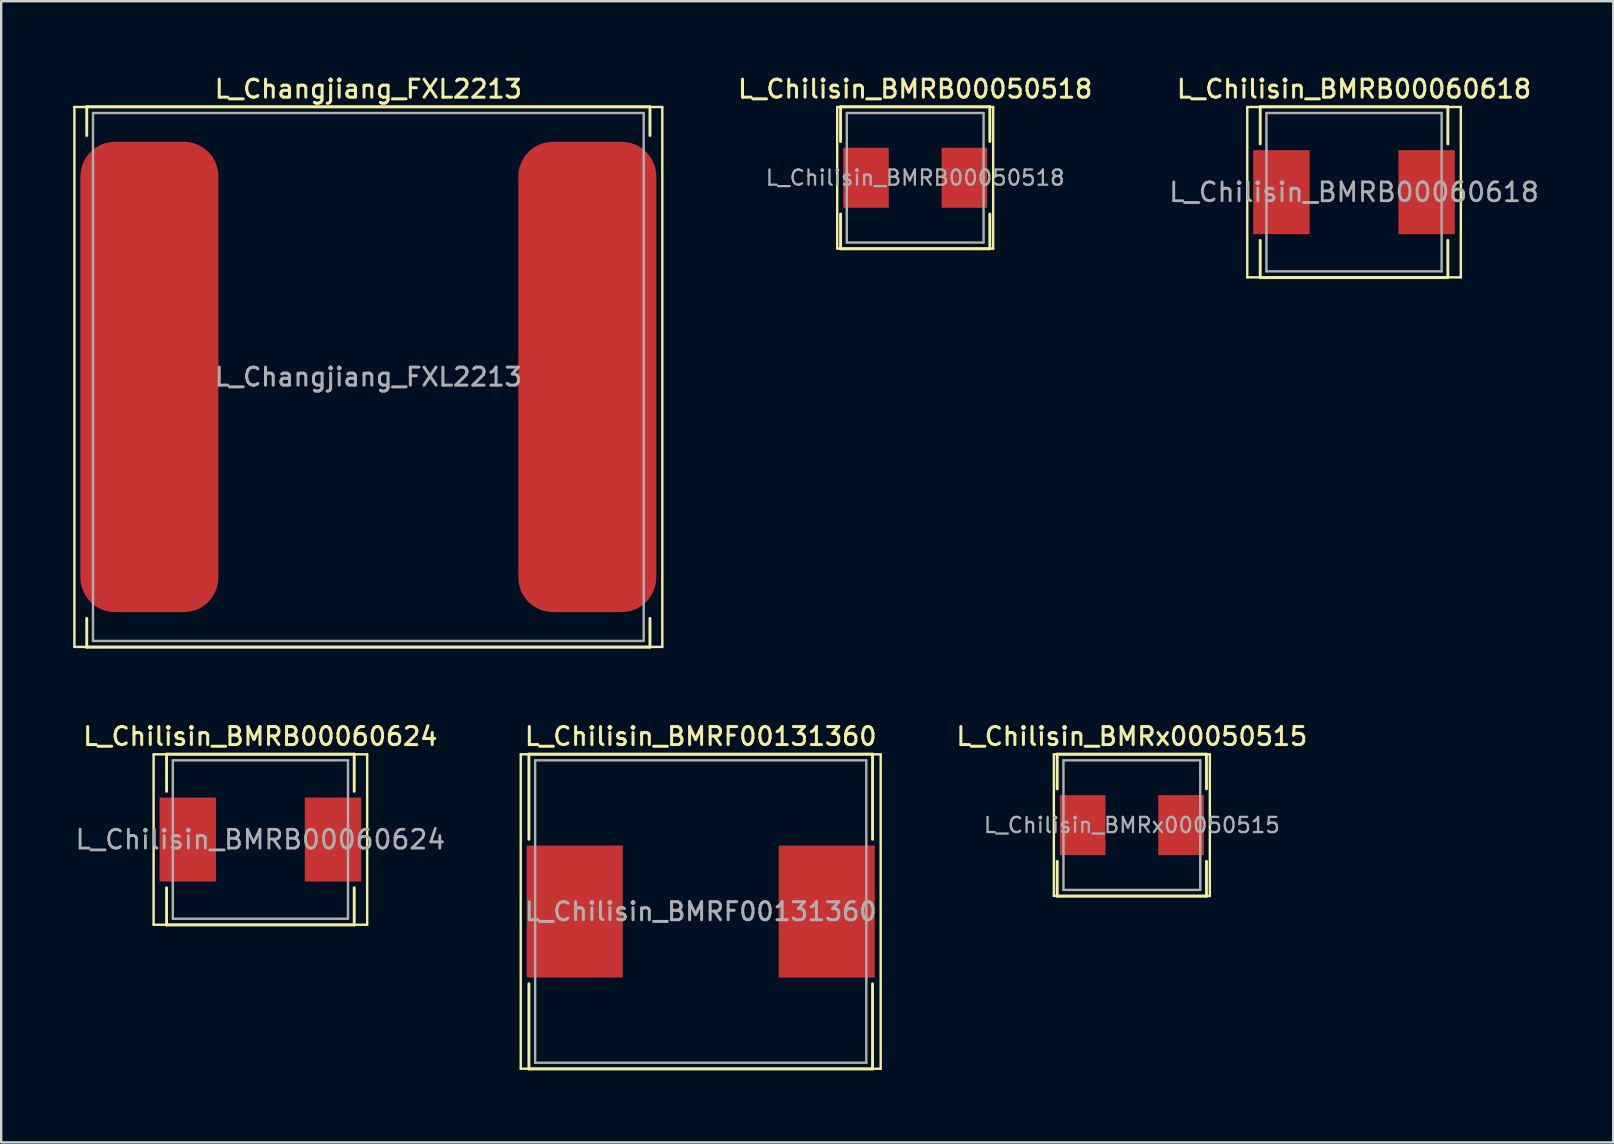
<source format=kicad_pcb>
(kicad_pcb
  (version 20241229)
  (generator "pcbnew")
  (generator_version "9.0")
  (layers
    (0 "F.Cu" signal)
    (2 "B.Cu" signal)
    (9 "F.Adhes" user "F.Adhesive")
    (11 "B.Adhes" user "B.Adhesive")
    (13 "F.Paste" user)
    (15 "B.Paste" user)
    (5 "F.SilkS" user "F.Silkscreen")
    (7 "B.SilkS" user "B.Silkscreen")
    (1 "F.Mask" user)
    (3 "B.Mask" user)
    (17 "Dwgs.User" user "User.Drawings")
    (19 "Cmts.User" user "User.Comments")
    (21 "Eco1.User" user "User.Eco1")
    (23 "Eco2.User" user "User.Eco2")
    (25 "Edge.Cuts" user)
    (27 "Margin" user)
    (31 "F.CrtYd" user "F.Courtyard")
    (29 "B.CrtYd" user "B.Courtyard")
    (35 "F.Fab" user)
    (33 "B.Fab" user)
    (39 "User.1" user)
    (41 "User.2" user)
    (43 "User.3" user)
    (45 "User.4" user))
  (footprint "L_Chilisin_BMRF00131360"
    (layer "F.Cu")
    (at 26.151 34.936)
    (property "Reference" "L_Chilisin_BMRF00131360" (at 0 -7.3 0) (layer "F.SilkS") (effects (font (size 0.75 0.75) (thickness 0.125))))
    (attr smd)
    (fp_line (start -7.5 -6.55) (end -7.5 6.55) (stroke (width 0.1) (type solid)) (layer "F.SilkS"))
    (fp_line (start -7.5 6.55) (end 7.5 6.55) (stroke (width 0.1) (type solid)) (layer "F.SilkS"))
    (fp_line (start -7.16 -6.56) (end -7.16 -3.01) (stroke (width 0.12) (type solid)) (layer "F.SilkS"))
    (fp_line (start -7.16 -6.56) (end 7.16 -6.56) (stroke (width 0.12) (type solid)) (layer "F.SilkS"))
    (fp_line (start -7.16 6.56) (end -7.16 3.01) (stroke (width 0.12) (type solid)) (layer "F.SilkS"))
    (fp_line (start -7.16 6.56) (end 7.16 6.56) (stroke (width 0.12) (type solid)) (layer "F.SilkS"))
    (fp_line (start 7.16 -6.56) (end 7.16 -3.01) (stroke (width 0.12) (type solid)) (layer "F.SilkS"))
    (fp_line (start 7.16 6.56) (end 7.16 3.01) (stroke (width 0.12) (type solid)) (layer "F.SilkS"))
    (fp_line (start 7.5 -6.55) (end -7.5 -6.55) (stroke (width 0.1) (type solid)) (layer "F.SilkS"))
    (fp_line (start 7.5 6.55) (end 7.5 -6.55) (stroke (width 0.1) (type solid)) (layer "F.SilkS"))
    (fp_line (start -6.9 -6.3) (end -6.9 6.3) (stroke (width 0.1) (type solid)) (layer "F.Fab"))
    (fp_line (start -6.9 6.3) (end 6.9 6.3) (stroke (width 0.1) (type solid)) (layer "F.Fab"))
    (fp_line (start 6.9 -6.3) (end -6.9 -6.3) (stroke (width 0.1) (type solid)) (layer "F.Fab"))
    (fp_line (start 6.9 6.3) (end 6.9 -6.3) (stroke (width 0.1) (type solid)) (layer "F.Fab"))
    (fp_text user "${REFERENCE}" (at 0 0 0) (layer "F.Fab") (effects (font (size 0.75 0.75) (thickness 0.125))))
    (pad "1" smd rect (at -5.25 0) (size 4 5.5) (layers "F.Cu" "F.Mask" "F.Paste"))
    (pad "2" smd rect (at 5.25 0) (size 4 5.5) (layers "F.Cu" "F.Mask" "F.Paste")))
  (footprint "L_Chilisin_BMRB00060618"
    (layer "F.Cu")
    (at 53.376 4.958)
    (property "Reference" "L_Chilisin_BMRB00060618" (at 0 -4.3 0) (layer "F.SilkS") (effects (font (size 0.75 0.75) (thickness 0.125))))
    (attr smd)
    (fp_line (start -4.45 -3.55) (end -4.45 3.55) (stroke (width 0.1) (type solid)) (layer "F.SilkS"))
    (fp_line (start -4.45 3.55) (end 4.45 3.55) (stroke (width 0.1) (type solid)) (layer "F.SilkS"))
    (fp_line (start -3.91 -3.56) (end -3.91 -2.01) (stroke (width 0.12) (type solid)) (layer "F.SilkS"))
    (fp_line (start -3.91 -3.56) (end 3.91 -3.56) (stroke (width 0.12) (type solid)) (layer "F.SilkS"))
    (fp_line (start -3.91 3.56) (end -3.91 2.01) (stroke (width 0.12) (type solid)) (layer "F.SilkS"))
    (fp_line (start -3.91 3.56) (end 3.91 3.56) (stroke (width 0.12) (type solid)) (layer "F.SilkS"))
    (fp_line (start 3.91 -3.56) (end 3.91 -2.01) (stroke (width 0.12) (type solid)) (layer "F.SilkS"))
    (fp_line (start 3.91 3.56) (end 3.91 2.01) (stroke (width 0.12) (type solid)) (layer "F.SilkS"))
    (fp_line (start 4.45 -3.55) (end -4.45 -3.55) (stroke (width 0.1) (type solid)) (layer "F.SilkS"))
    (fp_line (start 4.45 3.55) (end 4.45 -3.55) (stroke (width 0.1) (type solid)) (layer "F.SilkS"))
    (fp_line (start -3.65 -3.3) (end -3.65 3.3) (stroke (width 0.1) (type solid)) (layer "F.Fab"))
    (fp_line (start -3.65 3.3) (end 3.65 3.3) (stroke (width 0.1) (type solid)) (layer "F.Fab"))
    (fp_line (start 3.65 -3.3) (end -3.65 -3.3) (stroke (width 0.1) (type solid)) (layer "F.Fab"))
    (fp_line (start 3.65 3.3) (end 3.65 -3.3) (stroke (width 0.1) (type solid)) (layer "F.Fab"))
    (fp_text user "${REFERENCE}" (at 0 0 0) (layer "F.Fab") (effects (font (size 0.783 0.783) (thickness 0.117))))
    (pad "1" smd rect (at -3.025 0) (size 2.35 3.5) (layers "F.Cu" "F.Mask" "F.Paste"))
    (pad "2" smd rect (at 3.025 0) (size 2.35 3.5) (layers "F.Cu" "F.Mask" "F.Paste")))
  (footprint "L_Changjiang_FXL2213"
    (layer "F.Cu")
    (at 12.3 12.658)
    (property "Reference" "L_Changjiang_FXL2213" (at 0 -12 0) (layer "F.SilkS") (effects (font (size 0.75 0.75) (thickness 0.125))))
    (attr smd)
    (fp_line (start -12.25 -11.25) (end -12.25 11.25) (stroke (width 0.1) (type solid)) (layer "F.SilkS"))
    (fp_line (start -12.25 11.25) (end 12.25 11.25) (stroke (width 0.1) (type solid)) (layer "F.SilkS"))
    (fp_line (start -11.735 -11.26) (end -11.735 -10.06) (stroke (width 0.12) (type solid)) (layer "F.SilkS"))
    (fp_line (start -11.735 -11.26) (end 11.735 -11.26) (stroke (width 0.12) (type solid)) (layer "F.SilkS"))
    (fp_line (start -11.735 11.26) (end -11.735 10.06) (stroke (width 0.12) (type solid)) (layer "F.SilkS"))
    (fp_line (start -11.735 11.26) (end 11.735 11.26) (stroke (width 0.12) (type solid)) (layer "F.SilkS"))
    (fp_line (start 11.735 -11.26) (end 11.735 -10.06) (stroke (width 0.12) (type solid)) (layer "F.SilkS"))
    (fp_line (start 11.735 11.26) (end 11.735 10.06) (stroke (width 0.12) (type solid)) (layer "F.SilkS"))
    (fp_line (start 12.25 -11.25) (end -12.25 -11.25) (stroke (width 0.1) (type solid)) (layer "F.SilkS"))
    (fp_line (start 12.25 11.25) (end 12.25 -11.25) (stroke (width 0.1) (type solid)) (layer "F.SilkS"))
    (fp_line (start -11.475 -11) (end -11.475 11) (stroke (width 0.1) (type solid)) (layer "F.Fab"))
    (fp_line (start -11.475 11) (end 11.475 11) (stroke (width 0.1) (type solid)) (layer "F.Fab"))
    (fp_line (start 11.475 -11) (end -11.475 -11) (stroke (width 0.1) (type solid)) (layer "F.Fab"))
    (fp_line (start 11.475 11) (end 11.475 -11) (stroke (width 0.1) (type solid)) (layer "F.Fab"))
    (fp_text user "${REFERENCE}" (at 0 0 0) (layer "F.Fab") (effects (font (size 0.75 0.75) (thickness 0.125))))
    (pad "1" smd roundrect (at -9.125 0) (size 5.75 19.6) (layers "F.Cu" "F.Mask" "F.Paste") (roundrect_rratio 0.25))
    (pad "2" smd roundrect (at 9.125 0) (size 5.75 19.6) (layers "F.Cu" "F.Mask" "F.Paste") (roundrect_rratio 0.25)))
  (footprint "L_Chilisin_BMRx00050515"
    (layer "F.Cu")
    (at 44.117 31.336)
    (property "Reference" "L_Chilisin_BMRx00050515" (at 0 -3.7 0) (layer "F.SilkS") (effects (font (size 0.75 0.75) (thickness 0.125))))
    (attr smd)
    (fp_line (start -3.25 -2.95) (end -3.25 2.95) (stroke (width 0.1) (type solid)) (layer "F.SilkS"))
    (fp_line (start -3.25 2.95) (end 3.25 2.95) (stroke (width 0.1) (type solid)) (layer "F.SilkS"))
    (fp_line (start -3.11 -2.96) (end -3.11 -1.51) (stroke (width 0.12) (type solid)) (layer "F.SilkS"))
    (fp_line (start -3.11 -2.96) (end 3.11 -2.96) (stroke (width 0.12) (type solid)) (layer "F.SilkS"))
    (fp_line (start -3.11 2.96) (end -3.11 1.51) (stroke (width 0.12) (type solid)) (layer "F.SilkS"))
    (fp_line (start -3.11 2.96) (end 3.11 2.96) (stroke (width 0.12) (type solid)) (layer "F.SilkS"))
    (fp_line (start 3.11 -2.96) (end 3.11 -1.51) (stroke (width 0.12) (type solid)) (layer "F.SilkS"))
    (fp_line (start 3.11 2.96) (end 3.11 1.51) (stroke (width 0.12) (type solid)) (layer "F.SilkS"))
    (fp_line (start 3.25 -2.95) (end -3.25 -2.95) (stroke (width 0.1) (type solid)) (layer "F.SilkS"))
    (fp_line (start 3.25 2.95) (end 3.25 -2.95) (stroke (width 0.1) (type solid)) (layer "F.SilkS"))
    (fp_line (start -2.85 -2.7) (end -2.85 2.7) (stroke (width 0.1) (type solid)) (layer "F.Fab"))
    (fp_line (start -2.85 2.7) (end 2.85 2.7) (stroke (width 0.1) (type solid)) (layer "F.Fab"))
    (fp_line (start 2.85 -2.7) (end -2.85 -2.7) (stroke (width 0.1) (type solid)) (layer "F.Fab"))
    (fp_line (start 2.85 2.7) (end 2.85 -2.7) (stroke (width 0.1) (type solid)) (layer "F.Fab"))
    (fp_text user "${REFERENCE}" (at 0 0 0) (layer "F.Fab") (effects (font (size 0.633 0.633) (thickness 0.095))))
    (pad "1" smd rect (at -2.05 0) (size 1.9 2.5) (layers "F.Cu" "F.Mask" "F.Paste"))
    (pad "2" smd rect (at 2.05 0) (size 1.9 2.5) (layers "F.Cu" "F.Mask" "F.Paste")))
  (footprint "L_Chilisin_BMRB00060624"
    (layer "F.Cu")
    (at 7.801 31.936)
    (property "Reference" "L_Chilisin_BMRB00060624" (at 0 -4.3 0) (layer "F.SilkS") (effects (font (size 0.75 0.75) (thickness 0.125))))
    (attr smd)
    (fp_line (start -4.45 -3.55) (end -4.45 3.55) (stroke (width 0.1) (type solid)) (layer "F.SilkS"))
    (fp_line (start -4.45 3.55) (end 4.45 3.55) (stroke (width 0.1) (type solid)) (layer "F.SilkS"))
    (fp_line (start -3.91 -3.56) (end -3.91 -2.01) (stroke (width 0.12) (type solid)) (layer "F.SilkS"))
    (fp_line (start -3.91 -3.56) (end 3.91 -3.56) (stroke (width 0.12) (type solid)) (layer "F.SilkS"))
    (fp_line (start -3.91 3.56) (end -3.91 2.01) (stroke (width 0.12) (type solid)) (layer "F.SilkS"))
    (fp_line (start -3.91 3.56) (end 3.91 3.56) (stroke (width 0.12) (type solid)) (layer "F.SilkS"))
    (fp_line (start 3.91 -3.56) (end 3.91 -2.01) (stroke (width 0.12) (type solid)) (layer "F.SilkS"))
    (fp_line (start 3.91 3.56) (end 3.91 2.01) (stroke (width 0.12) (type solid)) (layer "F.SilkS"))
    (fp_line (start 4.45 -3.55) (end -4.45 -3.55) (stroke (width 0.1) (type solid)) (layer "F.SilkS"))
    (fp_line (start 4.45 3.55) (end 4.45 -3.55) (stroke (width 0.1) (type solid)) (layer "F.SilkS"))
    (fp_line (start -3.65 -3.3) (end -3.65 3.3) (stroke (width 0.1) (type solid)) (layer "F.Fab"))
    (fp_line (start -3.65 3.3) (end 3.65 3.3) (stroke (width 0.1) (type solid)) (layer "F.Fab"))
    (fp_line (start 3.65 -3.3) (end -3.65 -3.3) (stroke (width 0.1) (type solid)) (layer "F.Fab"))
    (fp_line (start 3.65 3.3) (end 3.65 -3.3) (stroke (width 0.1) (type solid)) (layer "F.Fab"))
    (fp_text user "${REFERENCE}" (at 0 0 0) (layer "F.Fab") (effects (font (size 0.783 0.783) (thickness 0.117))))
    (pad "1" smd rect (at -3.025 0) (size 2.35 3.5) (layers "F.Cu" "F.Mask" "F.Paste"))
    (pad "2" smd rect (at 3.025 0) (size 2.35 3.5) (layers "F.Cu" "F.Mask" "F.Paste")))
  (footprint "L_Chilisin_BMRB00050518"
    (layer "F.Cu")
    (at 35.088 4.358)
    (property "Reference" "L_Chilisin_BMRB00050518" (at 0 -3.7 0) (layer "F.SilkS") (effects (font (size 0.75 0.75) (thickness 0.125))))
    (attr smd)
    (fp_line (start -3.25 -2.95) (end -3.25 2.95) (stroke (width 0.1) (type solid)) (layer "F.SilkS"))
    (fp_line (start -3.25 2.95) (end 3.25 2.95) (stroke (width 0.1) (type solid)) (layer "F.SilkS"))
    (fp_line (start -3.11 -2.96) (end -3.11 -1.51) (stroke (width 0.12) (type solid)) (layer "F.SilkS"))
    (fp_line (start -3.11 -2.96) (end 3.11 -2.96) (stroke (width 0.12) (type solid)) (layer "F.SilkS"))
    (fp_line (start -3.11 2.96) (end -3.11 1.51) (stroke (width 0.12) (type solid)) (layer "F.SilkS"))
    (fp_line (start -3.11 2.96) (end 3.11 2.96) (stroke (width 0.12) (type solid)) (layer "F.SilkS"))
    (fp_line (start 3.11 -2.96) (end 3.11 -1.51) (stroke (width 0.12) (type solid)) (layer "F.SilkS"))
    (fp_line (start 3.11 2.96) (end 3.11 1.51) (stroke (width 0.12) (type solid)) (layer "F.SilkS"))
    (fp_line (start 3.25 -2.95) (end -3.25 -2.95) (stroke (width 0.1) (type solid)) (layer "F.SilkS"))
    (fp_line (start 3.25 2.95) (end 3.25 -2.95) (stroke (width 0.1) (type solid)) (layer "F.SilkS"))
    (fp_line (start -2.85 -2.7) (end -2.85 2.7) (stroke (width 0.1) (type solid)) (layer "F.Fab"))
    (fp_line (start -2.85 2.7) (end 2.85 2.7) (stroke (width 0.1) (type solid)) (layer "F.Fab"))
    (fp_line (start 2.85 -2.7) (end -2.85 -2.7) (stroke (width 0.1) (type solid)) (layer "F.Fab"))
    (fp_line (start 2.85 2.7) (end 2.85 -2.7) (stroke (width 0.1) (type solid)) (layer "F.Fab"))
    (fp_text user "${REFERENCE}" (at 0 0 0) (layer "F.Fab") (effects (font (size 0.633 0.633) (thickness 0.095))))
    (pad "1" smd rect (at -2.05 0) (size 1.9 2.5) (layers "F.Cu" "F.Mask" "F.Paste"))
    (pad "2" smd rect (at 2.05 0) (size 1.9 2.5) (layers "F.Cu" "F.Mask" "F.Paste")))
  (gr_rect
    (start -3 -3)
    (end 64.176 44.556)
    (stroke (width 0.1) (type default))
    (fill no)
    (layer "Edge.Cuts")))
</source>
